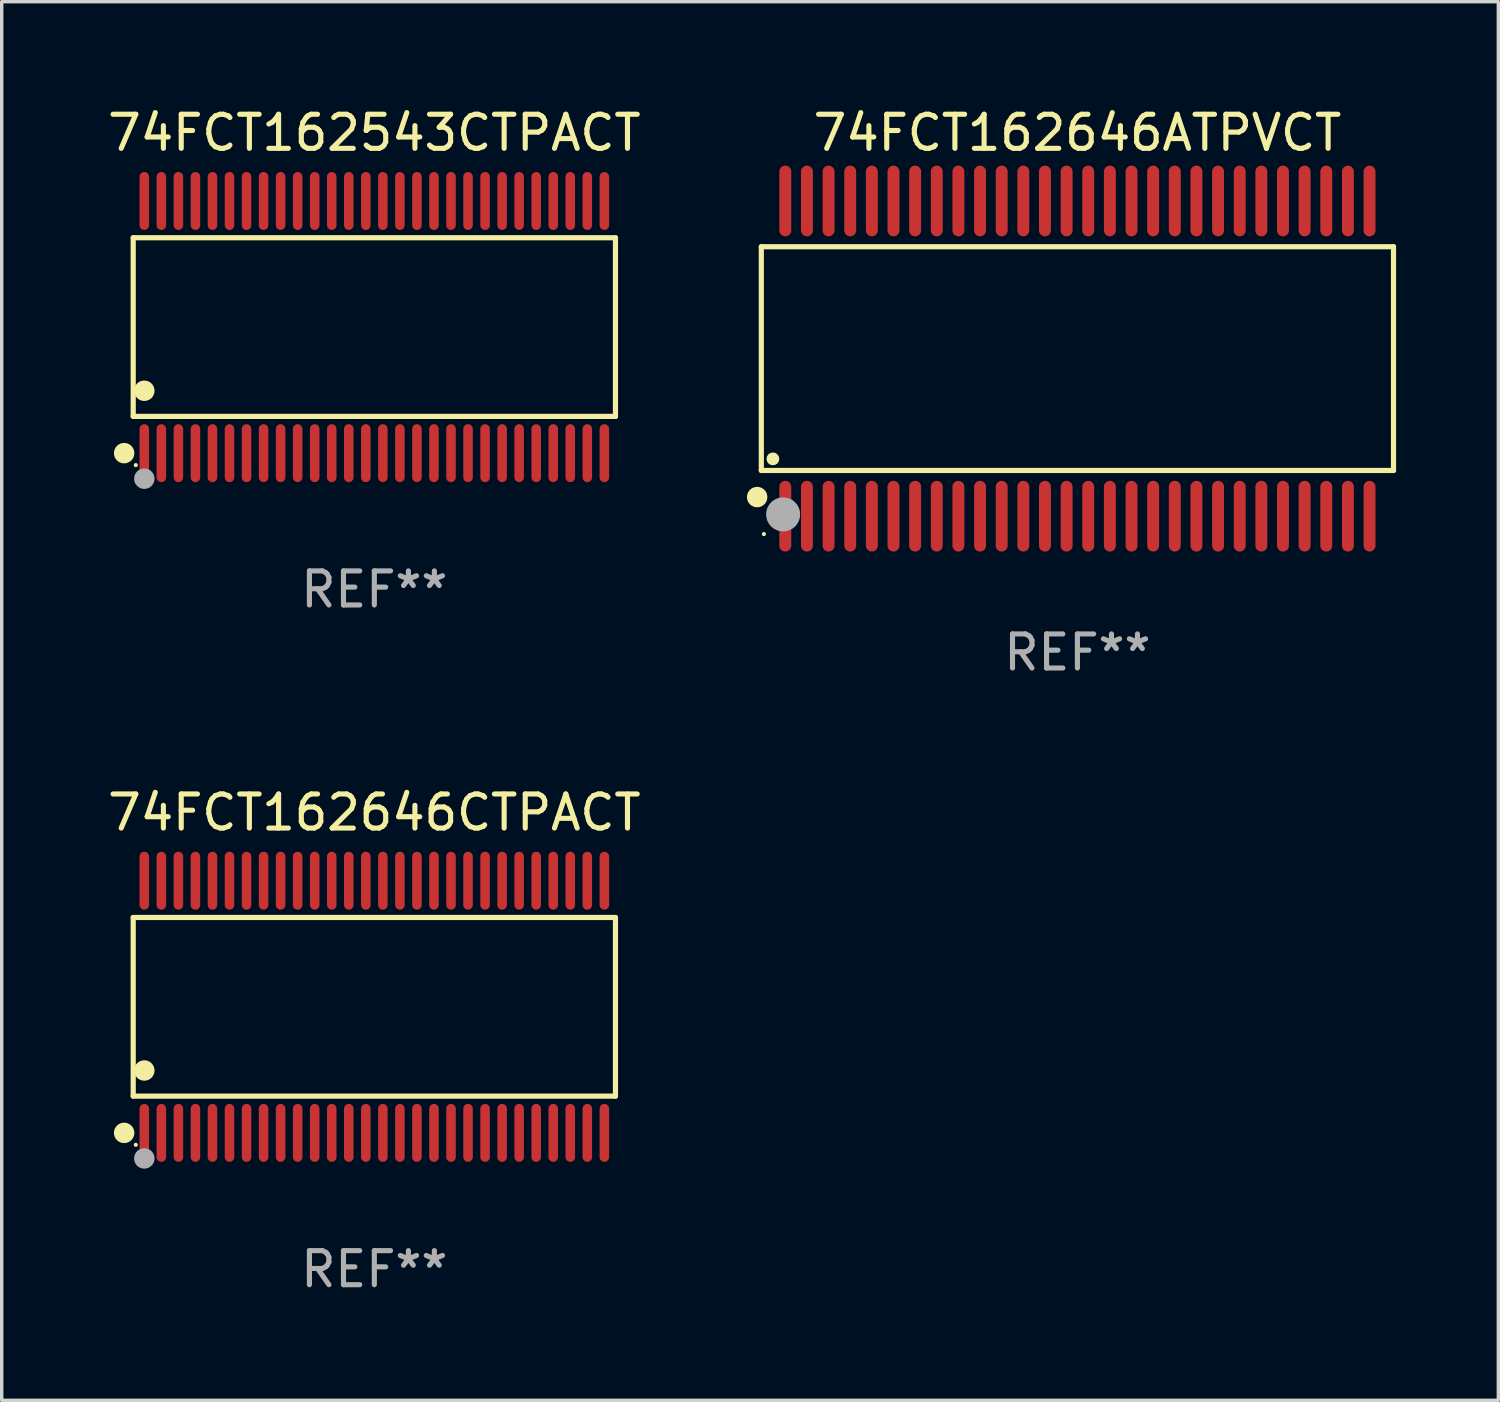
<source format=kicad_pcb>
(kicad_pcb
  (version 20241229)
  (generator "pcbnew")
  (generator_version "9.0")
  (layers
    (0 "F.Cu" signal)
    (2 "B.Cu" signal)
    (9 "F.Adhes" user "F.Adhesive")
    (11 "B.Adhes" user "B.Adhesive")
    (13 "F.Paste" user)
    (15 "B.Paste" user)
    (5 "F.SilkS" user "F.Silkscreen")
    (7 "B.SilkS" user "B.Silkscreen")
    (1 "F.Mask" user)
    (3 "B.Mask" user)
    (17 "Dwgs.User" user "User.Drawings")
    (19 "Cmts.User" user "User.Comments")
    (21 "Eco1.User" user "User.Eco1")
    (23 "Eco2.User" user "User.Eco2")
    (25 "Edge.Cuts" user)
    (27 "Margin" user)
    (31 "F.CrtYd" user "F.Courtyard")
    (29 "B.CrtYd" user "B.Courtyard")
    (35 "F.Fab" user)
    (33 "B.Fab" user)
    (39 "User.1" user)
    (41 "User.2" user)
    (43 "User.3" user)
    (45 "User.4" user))
  (footprint "74FCT162646ATPVCT"
    (layer "F.Cu")
    (at 28.567 7.473)
    (property "Reference" "74FCT162646ATPVCT" (at 0 -6.625 0) (layer "F.SilkS") (effects (font (size 1 1) (thickness 0.15))))
    (attr through_hole)
    (fp_line (start -9.276 -3.283) (end 9.276 -3.283) (stroke (width 0.152) (type solid)) (layer "F.SilkS"))
    (fp_line (start -9.276 3.283) (end -9.276 -3.283) (stroke (width 0.152) (type solid)) (layer "F.SilkS"))
    (fp_line (start 9.276 -3.283) (end 9.276 3.283) (stroke (width 0.152) (type solid)) (layer "F.SilkS"))
    (fp_line (start 9.276 3.283) (end -9.276 3.283) (stroke (width 0.152) (type solid)) (layer "F.SilkS"))
    (fp_circle (center -9.398 4.064) (end -9.248 4.064) (stroke (width 0.3) (type solid)) (fill no) (layer "F.SilkS"))
    (fp_circle (center -9.2 5.15) (end -9.17 5.15) (stroke (width 0.06) (type solid)) (fill no) (layer "F.SilkS"))
    (fp_circle (center -8.936 2.943) (end -8.842 2.943) (stroke (width 0.188) (type solid)) (fill no) (layer "F.SilkS"))
    (fp_circle (center -8.636 4.572) (end -8.386 4.572) (stroke (width 0.5) (type solid)) (fill no) (layer "F.Fab"))
    (fp_text user "REF**" (at 0 8.625 0) (layer "F.Fab") (effects (font (size 1 1) (thickness 0.15))))
    (pad "1" smd oval (at -8.572 4.625 90) (size 2.075 0.35) (layers "F.Cu" "F.Mask" "F.Paste"))
    (pad "2" smd oval (at -7.937 4.625 90) (size 2.075 0.35) (layers "F.Cu" "F.Mask" "F.Paste"))
    (pad "3" smd oval (at -7.302 4.625 90) (size 2.075 0.35) (layers "F.Cu" "F.Mask" "F.Paste"))
    (pad "4" smd oval (at -6.667 4.625 90) (size 2.075 0.35) (layers "F.Cu" "F.Mask" "F.Paste"))
    (pad "5" smd oval (at -6.032 4.625 90) (size 2.075 0.35) (layers "F.Cu" "F.Mask" "F.Paste"))
    (pad "6" smd oval (at -5.397 4.625 90) (size 2.075 0.35) (layers "F.Cu" "F.Mask" "F.Paste"))
    (pad "7" smd oval (at -4.762 4.625 90) (size 2.075 0.35) (layers "F.Cu" "F.Mask" "F.Paste"))
    (pad "8" smd oval (at -4.127 4.625 90) (size 2.075 0.35) (layers "F.Cu" "F.Mask" "F.Paste"))
    (pad "9" smd oval (at -3.492 4.625 90) (size 2.075 0.35) (layers "F.Cu" "F.Mask" "F.Paste"))
    (pad "10" smd oval (at -2.857 4.625 90) (size 2.075 0.35) (layers "F.Cu" "F.Mask" "F.Paste"))
    (pad "11" smd oval (at -2.222 4.625 90) (size 2.075 0.35) (layers "F.Cu" "F.Mask" "F.Paste"))
    (pad "12" smd oval (at -1.587 4.625 90) (size 2.075 0.35) (layers "F.Cu" "F.Mask" "F.Paste"))
    (pad "13" smd oval (at -0.952 4.625 90) (size 2.075 0.35) (layers "F.Cu" "F.Mask" "F.Paste"))
    (pad "14" smd oval (at -0.317 4.625 90) (size 2.075 0.35) (layers "F.Cu" "F.Mask" "F.Paste"))
    (pad "15" smd oval (at 0.318 4.625 90) (size 2.075 0.35) (layers "F.Cu" "F.Mask" "F.Paste"))
    (pad "16" smd oval (at 0.953 4.625 90) (size 2.075 0.35) (layers "F.Cu" "F.Mask" "F.Paste"))
    (pad "17" smd oval (at 1.588 4.625 90) (size 2.075 0.35) (layers "F.Cu" "F.Mask" "F.Paste"))
    (pad "18" smd oval (at 2.223 4.625 90) (size 2.075 0.35) (layers "F.Cu" "F.Mask" "F.Paste"))
    (pad "19" smd oval (at 2.858 4.625 90) (size 2.075 0.35) (layers "F.Cu" "F.Mask" "F.Paste"))
    (pad "20" smd oval (at 3.493 4.625 90) (size 2.075 0.35) (layers "F.Cu" "F.Mask" "F.Paste"))
    (pad "21" smd oval (at 4.128 4.625 90) (size 2.075 0.35) (layers "F.Cu" "F.Mask" "F.Paste"))
    (pad "22" smd oval (at 4.763 4.625 90) (size 2.075 0.35) (layers "F.Cu" "F.Mask" "F.Paste"))
    (pad "23" smd oval (at 5.398 4.625 90) (size 2.075 0.35) (layers "F.Cu" "F.Mask" "F.Paste"))
    (pad "24" smd oval (at 6.033 4.625 90) (size 2.075 0.35) (layers "F.Cu" "F.Mask" "F.Paste"))
    (pad "25" smd oval (at 6.668 4.625 90) (size 2.075 0.35) (layers "F.Cu" "F.Mask" "F.Paste"))
    (pad "26" smd oval (at 7.303 4.625 90) (size 2.075 0.35) (layers "F.Cu" "F.Mask" "F.Paste"))
    (pad "27" smd oval (at 7.938 4.625 90) (size 2.075 0.35) (layers "F.Cu" "F.Mask" "F.Paste"))
    (pad "28" smd oval (at 8.573 4.625 90) (size 2.075 0.35) (layers "F.Cu" "F.Mask" "F.Paste"))
    (pad "29" smd oval (at 8.573 -4.625 90) (size 2.075 0.35) (layers "F.Cu" "F.Mask" "F.Paste"))
    (pad "30" smd oval (at 7.938 -4.625 90) (size 2.075 0.35) (layers "F.Cu" "F.Mask" "F.Paste"))
    (pad "31" smd oval (at 7.303 -4.625 90) (size 2.075 0.35) (layers "F.Cu" "F.Mask" "F.Paste"))
    (pad "32" smd oval (at 6.668 -4.625 90) (size 2.075 0.35) (layers "F.Cu" "F.Mask" "F.Paste"))
    (pad "33" smd oval (at 6.033 -4.625 90) (size 2.075 0.35) (layers "F.Cu" "F.Mask" "F.Paste"))
    (pad "34" smd oval (at 5.398 -4.625 90) (size 2.075 0.35) (layers "F.Cu" "F.Mask" "F.Paste"))
    (pad "35" smd oval (at 4.763 -4.625 90) (size 2.075 0.35) (layers "F.Cu" "F.Mask" "F.Paste"))
    (pad "36" smd oval (at 4.128 -4.625 90) (size 2.075 0.35) (layers "F.Cu" "F.Mask" "F.Paste"))
    (pad "37" smd oval (at 3.493 -4.625 90) (size 2.075 0.35) (layers "F.Cu" "F.Mask" "F.Paste"))
    (pad "38" smd oval (at 2.858 -4.625 90) (size 2.075 0.35) (layers "F.Cu" "F.Mask" "F.Paste"))
    (pad "39" smd oval (at 2.223 -4.625 90) (size 2.075 0.35) (layers "F.Cu" "F.Mask" "F.Paste"))
    (pad "40" smd oval (at 1.588 -4.625 90) (size 2.075 0.35) (layers "F.Cu" "F.Mask" "F.Paste"))
    (pad "41" smd oval (at 0.953 -4.625 90) (size 2.075 0.35) (layers "F.Cu" "F.Mask" "F.Paste"))
    (pad "42" smd oval (at 0.318 -4.625 90) (size 2.075 0.35) (layers "F.Cu" "F.Mask" "F.Paste"))
    (pad "43" smd oval (at -0.317 -4.625 90) (size 2.075 0.35) (layers "F.Cu" "F.Mask" "F.Paste"))
    (pad "44" smd oval (at -0.952 -4.625 90) (size 2.075 0.35) (layers "F.Cu" "F.Mask" "F.Paste"))
    (pad "45" smd oval (at -1.587 -4.625 90) (size 2.075 0.35) (layers "F.Cu" "F.Mask" "F.Paste"))
    (pad "46" smd oval (at -2.222 -4.625 90) (size 2.075 0.35) (layers "F.Cu" "F.Mask" "F.Paste"))
    (pad "47" smd oval (at -2.857 -4.625 90) (size 2.075 0.35) (layers "F.Cu" "F.Mask" "F.Paste"))
    (pad "48" smd oval (at -3.492 -4.625 90) (size 2.075 0.35) (layers "F.Cu" "F.Mask" "F.Paste"))
    (pad "49" smd oval (at -4.127 -4.625 90) (size 2.075 0.35) (layers "F.Cu" "F.Mask" "F.Paste"))
    (pad "50" smd oval (at -4.762 -4.625 90) (size 2.075 0.35) (layers "F.Cu" "F.Mask" "F.Paste"))
    (pad "51" smd oval (at -5.397 -4.625 90) (size 2.075 0.35) (layers "F.Cu" "F.Mask" "F.Paste"))
    (pad "52" smd oval (at -6.032 -4.625 90) (size 2.075 0.35) (layers "F.Cu" "F.Mask" "F.Paste"))
    (pad "53" smd oval (at -6.667 -4.625 90) (size 2.075 0.35) (layers "F.Cu" "F.Mask" "F.Paste"))
    (pad "54" smd oval (at -7.302 -4.625 90) (size 2.075 0.35) (layers "F.Cu" "F.Mask" "F.Paste"))
    (pad "55" smd oval (at -7.937 -4.625 90) (size 2.075 0.35) (layers "F.Cu" "F.Mask" "F.Paste"))
    (pad "56" smd oval (at -8.572 -4.625 90) (size 2.075 0.35) (layers "F.Cu" "F.Mask" "F.Paste")))
  (footprint "74FCT162543CTPACT"
    (layer "F.Cu")
    (at 7.935 6.548)
    (property "Reference" "74FCT162543CTPACT" (at 0 -5.7 0) (layer "F.SilkS") (effects (font (size 1 1) (thickness 0.15))))
    (attr through_hole)
    (fp_line (start -7.076 -2.621) (end 7.076 -2.621) (stroke (width 0.152) (type solid)) (layer "F.SilkS"))
    (fp_line (start -7.076 2.621) (end -7.076 -2.621) (stroke (width 0.152) (type solid)) (layer "F.SilkS"))
    (fp_line (start 7.076 -2.621) (end 7.076 2.621) (stroke (width 0.152) (type solid)) (layer "F.SilkS"))
    (fp_line (start 7.076 2.621) (end -7.076 2.621) (stroke (width 0.152) (type solid)) (layer "F.SilkS"))
    (fp_circle (center -7.342 3.7) (end -7.192 3.7) (stroke (width 0.3) (type solid)) (fill no) (layer "F.SilkS"))
    (fp_circle (center -7 4.05) (end -6.97 4.05) (stroke (width 0.06) (type solid)) (fill no) (layer "F.SilkS"))
    (fp_circle (center -6.75 1.869) (end -6.6 1.869) (stroke (width 0.3) (type solid)) (fill no) (layer "F.SilkS"))
    (fp_circle (center -6.75 4.45) (end -6.6 4.45) (stroke (width 0.3) (type solid)) (fill no) (layer "F.Fab"))
    (fp_text user "REF**" (at 0 7.7 0) (layer "F.Fab") (effects (font (size 1 1) (thickness 0.15))))
    (pad "1" smd oval (at -6.75 3.7) (size 0.28 1.7) (layers "F.Cu" "F.Mask" "F.Paste"))
    (pad "2" smd oval (at -6.25 3.7) (size 0.28 1.7) (layers "F.Cu" "F.Mask" "F.Paste"))
    (pad "3" smd oval (at -5.75 3.7) (size 0.28 1.7) (layers "F.Cu" "F.Mask" "F.Paste"))
    (pad "4" smd oval (at -5.25 3.7) (size 0.28 1.7) (layers "F.Cu" "F.Mask" "F.Paste"))
    (pad "5" smd oval (at -4.75 3.7) (size 0.28 1.7) (layers "F.Cu" "F.Mask" "F.Paste"))
    (pad "6" smd oval (at -4.25 3.7) (size 0.28 1.7) (layers "F.Cu" "F.Mask" "F.Paste"))
    (pad "7" smd oval (at -3.75 3.7) (size 0.28 1.7) (layers "F.Cu" "F.Mask" "F.Paste"))
    (pad "8" smd oval (at -3.25 3.7) (size 0.28 1.7) (layers "F.Cu" "F.Mask" "F.Paste"))
    (pad "9" smd oval (at -2.75 3.7) (size 0.28 1.7) (layers "F.Cu" "F.Mask" "F.Paste"))
    (pad "10" smd oval (at -2.25 3.7) (size 0.28 1.7) (layers "F.Cu" "F.Mask" "F.Paste"))
    (pad "11" smd oval (at -1.75 3.7) (size 0.28 1.7) (layers "F.Cu" "F.Mask" "F.Paste"))
    (pad "12" smd oval (at -1.25 3.7) (size 0.28 1.7) (layers "F.Cu" "F.Mask" "F.Paste"))
    (pad "13" smd oval (at -0.75 3.7) (size 0.28 1.7) (layers "F.Cu" "F.Mask" "F.Paste"))
    (pad "14" smd oval (at -0.25 3.7) (size 0.28 1.7) (layers "F.Cu" "F.Mask" "F.Paste"))
    (pad "15" smd oval (at 0.25 3.7) (size 0.28 1.7) (layers "F.Cu" "F.Mask" "F.Paste"))
    (pad "16" smd oval (at 0.75 3.7) (size 0.28 1.7) (layers "F.Cu" "F.Mask" "F.Paste"))
    (pad "17" smd oval (at 1.25 3.7) (size 0.28 1.7) (layers "F.Cu" "F.Mask" "F.Paste"))
    (pad "18" smd oval (at 1.75 3.7) (size 0.28 1.7) (layers "F.Cu" "F.Mask" "F.Paste"))
    (pad "19" smd oval (at 2.25 3.7) (size 0.28 1.7) (layers "F.Cu" "F.Mask" "F.Paste"))
    (pad "20" smd oval (at 2.75 3.7) (size 0.28 1.7) (layers "F.Cu" "F.Mask" "F.Paste"))
    (pad "21" smd oval (at 3.25 3.7) (size 0.28 1.7) (layers "F.Cu" "F.Mask" "F.Paste"))
    (pad "22" smd oval (at 3.75 3.7) (size 0.28 1.7) (layers "F.Cu" "F.Mask" "F.Paste"))
    (pad "23" smd oval (at 4.25 3.7) (size 0.28 1.7) (layers "F.Cu" "F.Mask" "F.Paste"))
    (pad "24" smd oval (at 4.75 3.7) (size 0.28 1.7) (layers "F.Cu" "F.Mask" "F.Paste"))
    (pad "25" smd oval (at 5.25 3.7) (size 0.28 1.7) (layers "F.Cu" "F.Mask" "F.Paste"))
    (pad "26" smd oval (at 5.75 3.7) (size 0.28 1.7) (layers "F.Cu" "F.Mask" "F.Paste"))
    (pad "27" smd oval (at 6.25 3.7) (size 0.28 1.7) (layers "F.Cu" "F.Mask" "F.Paste"))
    (pad "28" smd oval (at 6.75 3.7) (size 0.28 1.7) (layers "F.Cu" "F.Mask" "F.Paste"))
    (pad "29" smd oval (at 6.75 -3.7) (size 0.28 1.7) (layers "F.Cu" "F.Mask" "F.Paste"))
    (pad "30" smd oval (at 6.25 -3.7) (size 0.28 1.7) (layers "F.Cu" "F.Mask" "F.Paste"))
    (pad "31" smd oval (at 5.75 -3.7) (size 0.28 1.7) (layers "F.Cu" "F.Mask" "F.Paste"))
    (pad "32" smd oval (at 5.25 -3.7) (size 0.28 1.7) (layers "F.Cu" "F.Mask" "F.Paste"))
    (pad "33" smd oval (at 4.75 -3.7) (size 0.28 1.7) (layers "F.Cu" "F.Mask" "F.Paste"))
    (pad "34" smd oval (at 4.25 -3.7) (size 0.28 1.7) (layers "F.Cu" "F.Mask" "F.Paste"))
    (pad "35" smd oval (at 3.75 -3.7) (size 0.28 1.7) (layers "F.Cu" "F.Mask" "F.Paste"))
    (pad "36" smd oval (at 3.25 -3.7) (size 0.28 1.7) (layers "F.Cu" "F.Mask" "F.Paste"))
    (pad "37" smd oval (at 2.75 -3.7) (size 0.28 1.7) (layers "F.Cu" "F.Mask" "F.Paste"))
    (pad "38" smd oval (at 2.25 -3.7) (size 0.28 1.7) (layers "F.Cu" "F.Mask" "F.Paste"))
    (pad "39" smd oval (at 1.75 -3.7) (size 0.28 1.7) (layers "F.Cu" "F.Mask" "F.Paste"))
    (pad "40" smd oval (at 1.25 -3.7) (size 0.28 1.7) (layers "F.Cu" "F.Mask" "F.Paste"))
    (pad "41" smd oval (at 0.75 -3.7) (size 0.28 1.7) (layers "F.Cu" "F.Mask" "F.Paste"))
    (pad "42" smd oval (at 0.25 -3.7) (size 0.28 1.7) (layers "F.Cu" "F.Mask" "F.Paste"))
    (pad "43" smd oval (at -0.25 -3.7) (size 0.28 1.7) (layers "F.Cu" "F.Mask" "F.Paste"))
    (pad "44" smd oval (at -0.75 -3.7) (size 0.28 1.7) (layers "F.Cu" "F.Mask" "F.Paste"))
    (pad "45" smd oval (at -1.25 -3.7) (size 0.28 1.7) (layers "F.Cu" "F.Mask" "F.Paste"))
    (pad "46" smd oval (at -1.75 -3.7) (size 0.28 1.7) (layers "F.Cu" "F.Mask" "F.Paste"))
    (pad "47" smd oval (at -2.25 -3.7) (size 0.28 1.7) (layers "F.Cu" "F.Mask" "F.Paste"))
    (pad "48" smd oval (at -2.75 -3.7) (size 0.28 1.7) (layers "F.Cu" "F.Mask" "F.Paste"))
    (pad "49" smd oval (at -3.25 -3.7) (size 0.28 1.7) (layers "F.Cu" "F.Mask" "F.Paste"))
    (pad "50" smd oval (at -3.75 -3.7) (size 0.28 1.7) (layers "F.Cu" "F.Mask" "F.Paste"))
    (pad "51" smd oval (at -4.25 -3.7) (size 0.28 1.7) (layers "F.Cu" "F.Mask" "F.Paste"))
    (pad "52" smd oval (at -4.75 -3.7) (size 0.28 1.7) (layers "F.Cu" "F.Mask" "F.Paste"))
    (pad "53" smd oval (at -5.25 -3.7) (size 0.28 1.7) (layers "F.Cu" "F.Mask" "F.Paste"))
    (pad "54" smd oval (at -5.75 -3.7) (size 0.28 1.7) (layers "F.Cu" "F.Mask" "F.Paste"))
    (pad "55" smd oval (at -6.25 -3.7) (size 0.28 1.7) (layers "F.Cu" "F.Mask" "F.Paste"))
    (pad "56" smd oval (at -6.75 -3.7) (size 0.28 1.7) (layers "F.Cu" "F.Mask" "F.Paste")))
  (footprint "74FCT162646CTPACT"
    (layer "F.Cu")
    (at 7.935 26.495)
    (property "Reference" "74FCT162646CTPACT" (at 0 -5.7 0) (layer "F.SilkS") (effects (font (size 1 1) (thickness 0.15))))
    (attr through_hole)
    (fp_line (start -7.076 -2.621) (end 7.076 -2.621) (stroke (width 0.152) (type solid)) (layer "F.SilkS"))
    (fp_line (start -7.076 2.621) (end -7.076 -2.621) (stroke (width 0.152) (type solid)) (layer "F.SilkS"))
    (fp_line (start 7.076 -2.621) (end 7.076 2.621) (stroke (width 0.152) (type solid)) (layer "F.SilkS"))
    (fp_line (start 7.076 2.621) (end -7.076 2.621) (stroke (width 0.152) (type solid)) (layer "F.SilkS"))
    (fp_circle (center -7.342 3.7) (end -7.192 3.7) (stroke (width 0.3) (type solid)) (fill no) (layer "F.SilkS"))
    (fp_circle (center -7 4.05) (end -6.97 4.05) (stroke (width 0.06) (type solid)) (fill no) (layer "F.SilkS"))
    (fp_circle (center -6.75 1.869) (end -6.6 1.869) (stroke (width 0.3) (type solid)) (fill no) (layer "F.SilkS"))
    (fp_circle (center -6.75 4.45) (end -6.6 4.45) (stroke (width 0.3) (type solid)) (fill no) (layer "F.Fab"))
    (fp_text user "REF**" (at 0 7.7 0) (layer "F.Fab") (effects (font (size 1 1) (thickness 0.15))))
    (pad "1" smd oval (at -6.75 3.7) (size 0.28 1.7) (layers "F.Cu" "F.Mask" "F.Paste"))
    (pad "2" smd oval (at -6.25 3.7) (size 0.28 1.7) (layers "F.Cu" "F.Mask" "F.Paste"))
    (pad "3" smd oval (at -5.75 3.7) (size 0.28 1.7) (layers "F.Cu" "F.Mask" "F.Paste"))
    (pad "4" smd oval (at -5.25 3.7) (size 0.28 1.7) (layers "F.Cu" "F.Mask" "F.Paste"))
    (pad "5" smd oval (at -4.75 3.7) (size 0.28 1.7) (layers "F.Cu" "F.Mask" "F.Paste"))
    (pad "6" smd oval (at -4.25 3.7) (size 0.28 1.7) (layers "F.Cu" "F.Mask" "F.Paste"))
    (pad "7" smd oval (at -3.75 3.7) (size 0.28 1.7) (layers "F.Cu" "F.Mask" "F.Paste"))
    (pad "8" smd oval (at -3.25 3.7) (size 0.28 1.7) (layers "F.Cu" "F.Mask" "F.Paste"))
    (pad "9" smd oval (at -2.75 3.7) (size 0.28 1.7) (layers "F.Cu" "F.Mask" "F.Paste"))
    (pad "10" smd oval (at -2.25 3.7) (size 0.28 1.7) (layers "F.Cu" "F.Mask" "F.Paste"))
    (pad "11" smd oval (at -1.75 3.7) (size 0.28 1.7) (layers "F.Cu" "F.Mask" "F.Paste"))
    (pad "12" smd oval (at -1.25 3.7) (size 0.28 1.7) (layers "F.Cu" "F.Mask" "F.Paste"))
    (pad "13" smd oval (at -0.75 3.7) (size 0.28 1.7) (layers "F.Cu" "F.Mask" "F.Paste"))
    (pad "14" smd oval (at -0.25 3.7) (size 0.28 1.7) (layers "F.Cu" "F.Mask" "F.Paste"))
    (pad "15" smd oval (at 0.25 3.7) (size 0.28 1.7) (layers "F.Cu" "F.Mask" "F.Paste"))
    (pad "16" smd oval (at 0.75 3.7) (size 0.28 1.7) (layers "F.Cu" "F.Mask" "F.Paste"))
    (pad "17" smd oval (at 1.25 3.7) (size 0.28 1.7) (layers "F.Cu" "F.Mask" "F.Paste"))
    (pad "18" smd oval (at 1.75 3.7) (size 0.28 1.7) (layers "F.Cu" "F.Mask" "F.Paste"))
    (pad "19" smd oval (at 2.25 3.7) (size 0.28 1.7) (layers "F.Cu" "F.Mask" "F.Paste"))
    (pad "20" smd oval (at 2.75 3.7) (size 0.28 1.7) (layers "F.Cu" "F.Mask" "F.Paste"))
    (pad "21" smd oval (at 3.25 3.7) (size 0.28 1.7) (layers "F.Cu" "F.Mask" "F.Paste"))
    (pad "22" smd oval (at 3.75 3.7) (size 0.28 1.7) (layers "F.Cu" "F.Mask" "F.Paste"))
    (pad "23" smd oval (at 4.25 3.7) (size 0.28 1.7) (layers "F.Cu" "F.Mask" "F.Paste"))
    (pad "24" smd oval (at 4.75 3.7) (size 0.28 1.7) (layers "F.Cu" "F.Mask" "F.Paste"))
    (pad "25" smd oval (at 5.25 3.7) (size 0.28 1.7) (layers "F.Cu" "F.Mask" "F.Paste"))
    (pad "26" smd oval (at 5.75 3.7) (size 0.28 1.7) (layers "F.Cu" "F.Mask" "F.Paste"))
    (pad "27" smd oval (at 6.25 3.7) (size 0.28 1.7) (layers "F.Cu" "F.Mask" "F.Paste"))
    (pad "28" smd oval (at 6.75 3.7) (size 0.28 1.7) (layers "F.Cu" "F.Mask" "F.Paste"))
    (pad "29" smd oval (at 6.75 -3.7) (size 0.28 1.7) (layers "F.Cu" "F.Mask" "F.Paste"))
    (pad "30" smd oval (at 6.25 -3.7) (size 0.28 1.7) (layers "F.Cu" "F.Mask" "F.Paste"))
    (pad "31" smd oval (at 5.75 -3.7) (size 0.28 1.7) (layers "F.Cu" "F.Mask" "F.Paste"))
    (pad "32" smd oval (at 5.25 -3.7) (size 0.28 1.7) (layers "F.Cu" "F.Mask" "F.Paste"))
    (pad "33" smd oval (at 4.75 -3.7) (size 0.28 1.7) (layers "F.Cu" "F.Mask" "F.Paste"))
    (pad "34" smd oval (at 4.25 -3.7) (size 0.28 1.7) (layers "F.Cu" "F.Mask" "F.Paste"))
    (pad "35" smd oval (at 3.75 -3.7) (size 0.28 1.7) (layers "F.Cu" "F.Mask" "F.Paste"))
    (pad "36" smd oval (at 3.25 -3.7) (size 0.28 1.7) (layers "F.Cu" "F.Mask" "F.Paste"))
    (pad "37" smd oval (at 2.75 -3.7) (size 0.28 1.7) (layers "F.Cu" "F.Mask" "F.Paste"))
    (pad "38" smd oval (at 2.25 -3.7) (size 0.28 1.7) (layers "F.Cu" "F.Mask" "F.Paste"))
    (pad "39" smd oval (at 1.75 -3.7) (size 0.28 1.7) (layers "F.Cu" "F.Mask" "F.Paste"))
    (pad "40" smd oval (at 1.25 -3.7) (size 0.28 1.7) (layers "F.Cu" "F.Mask" "F.Paste"))
    (pad "41" smd oval (at 0.75 -3.7) (size 0.28 1.7) (layers "F.Cu" "F.Mask" "F.Paste"))
    (pad "42" smd oval (at 0.25 -3.7) (size 0.28 1.7) (layers "F.Cu" "F.Mask" "F.Paste"))
    (pad "43" smd oval (at -0.25 -3.7) (size 0.28 1.7) (layers "F.Cu" "F.Mask" "F.Paste"))
    (pad "44" smd oval (at -0.75 -3.7) (size 0.28 1.7) (layers "F.Cu" "F.Mask" "F.Paste"))
    (pad "45" smd oval (at -1.25 -3.7) (size 0.28 1.7) (layers "F.Cu" "F.Mask" "F.Paste"))
    (pad "46" smd oval (at -1.75 -3.7) (size 0.28 1.7) (layers "F.Cu" "F.Mask" "F.Paste"))
    (pad "47" smd oval (at -2.25 -3.7) (size 0.28 1.7) (layers "F.Cu" "F.Mask" "F.Paste"))
    (pad "48" smd oval (at -2.75 -3.7) (size 0.28 1.7) (layers "F.Cu" "F.Mask" "F.Paste"))
    (pad "49" smd oval (at -3.25 -3.7) (size 0.28 1.7) (layers "F.Cu" "F.Mask" "F.Paste"))
    (pad "50" smd oval (at -3.75 -3.7) (size 0.28 1.7) (layers "F.Cu" "F.Mask" "F.Paste"))
    (pad "51" smd oval (at -4.25 -3.7) (size 0.28 1.7) (layers "F.Cu" "F.Mask" "F.Paste"))
    (pad "52" smd oval (at -4.75 -3.7) (size 0.28 1.7) (layers "F.Cu" "F.Mask" "F.Paste"))
    (pad "53" smd oval (at -5.25 -3.7) (size 0.28 1.7) (layers "F.Cu" "F.Mask" "F.Paste"))
    (pad "54" smd oval (at -5.75 -3.7) (size 0.28 1.7) (layers "F.Cu" "F.Mask" "F.Paste"))
    (pad "55" smd oval (at -6.25 -3.7) (size 0.28 1.7) (layers "F.Cu" "F.Mask" "F.Paste"))
    (pad "56" smd oval (at -6.75 -3.7) (size 0.28 1.7) (layers "F.Cu" "F.Mask" "F.Paste")))
  (gr_rect
    (start -3 -3)
    (end 40.919 38.043)
    (stroke (width 0.1) (type default))
    (fill no)
    (layer "Edge.Cuts")))
</source>
